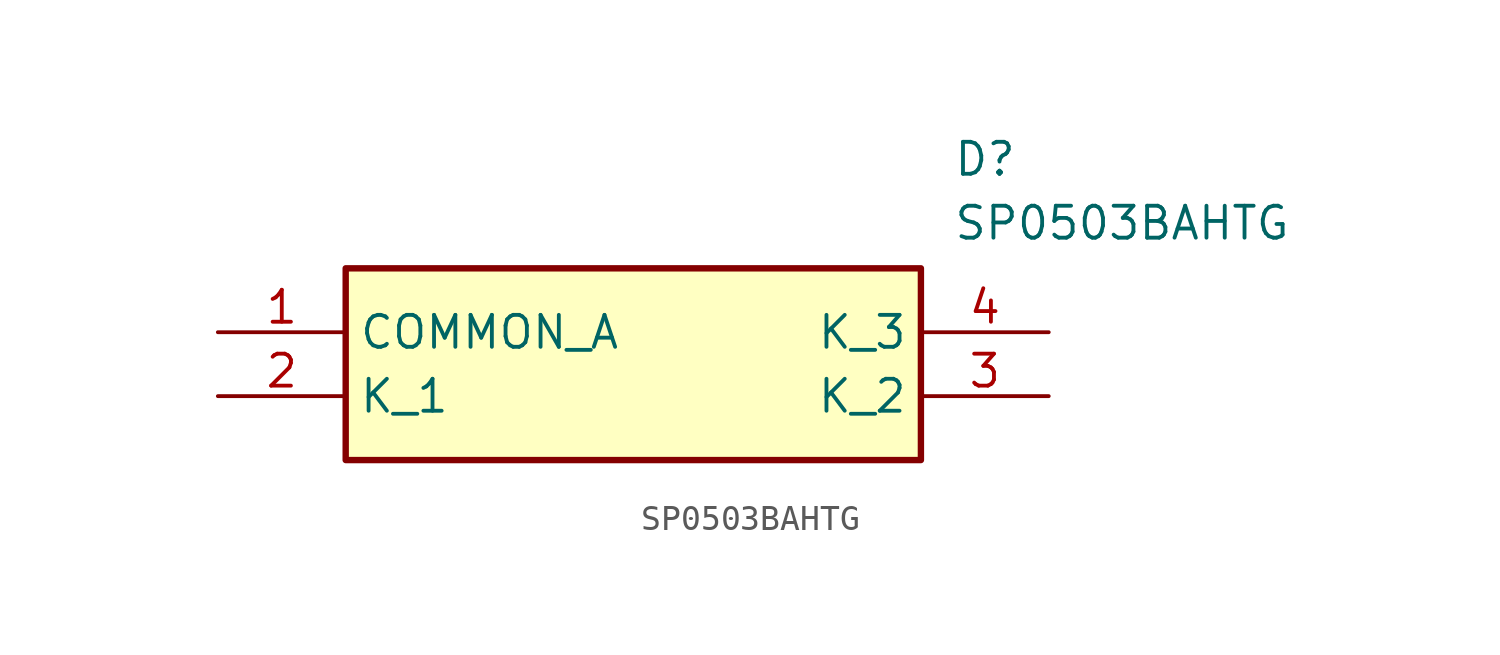
<source format=kicad_sym>
(kicad_symbol_lib
  (version 20211014)
  (generator kicad_symbol_editor)
  (symbol "SP0503BAHTG"
    (property "Reference" "D"
      (at 29.21 7.62 0)
      (effects (font (size 1.27 1.27)) (justify left top)))
    (property "Value" "SP0503BAHTG"
      (at 29.21 5.08 0)
      (effects (font (size 1.27 1.27)) (justify left top)))
    (rectangle
      (start 5.08 2.54)
      (end 27.94 -5.08)
      (stroke (width 0.254) (type default))
      (fill (type background)))
    (pin passive line
      (at 0 0 0)
      (length 5.08)
      (name "COMMON_A" (effects (font (size 1.27 1.27))))
      (number "1" (effects (font (size 1.27 1.27)))))
    (pin passive line
      (at 0 -2.54 0)
      (length 5.08)
      (name "K_1" (effects (font (size 1.27 1.27))))
      (number "2" (effects (font (size 1.27 1.27)))))
    (pin passive line
      (at 33.02 -2.54 180)
      (length 5.08)
      (name "K_2" (effects (font (size 1.27 1.27))))
      (number "3" (effects (font (size 1.27 1.27)))))
    (pin passive line
      (at 33.02 0 180)
      (length 5.08)
      (name "K_3" (effects (font (size 1.27 1.27))))
      (number "4" (effects (font (size 1.27 1.27)))))))
</source>
